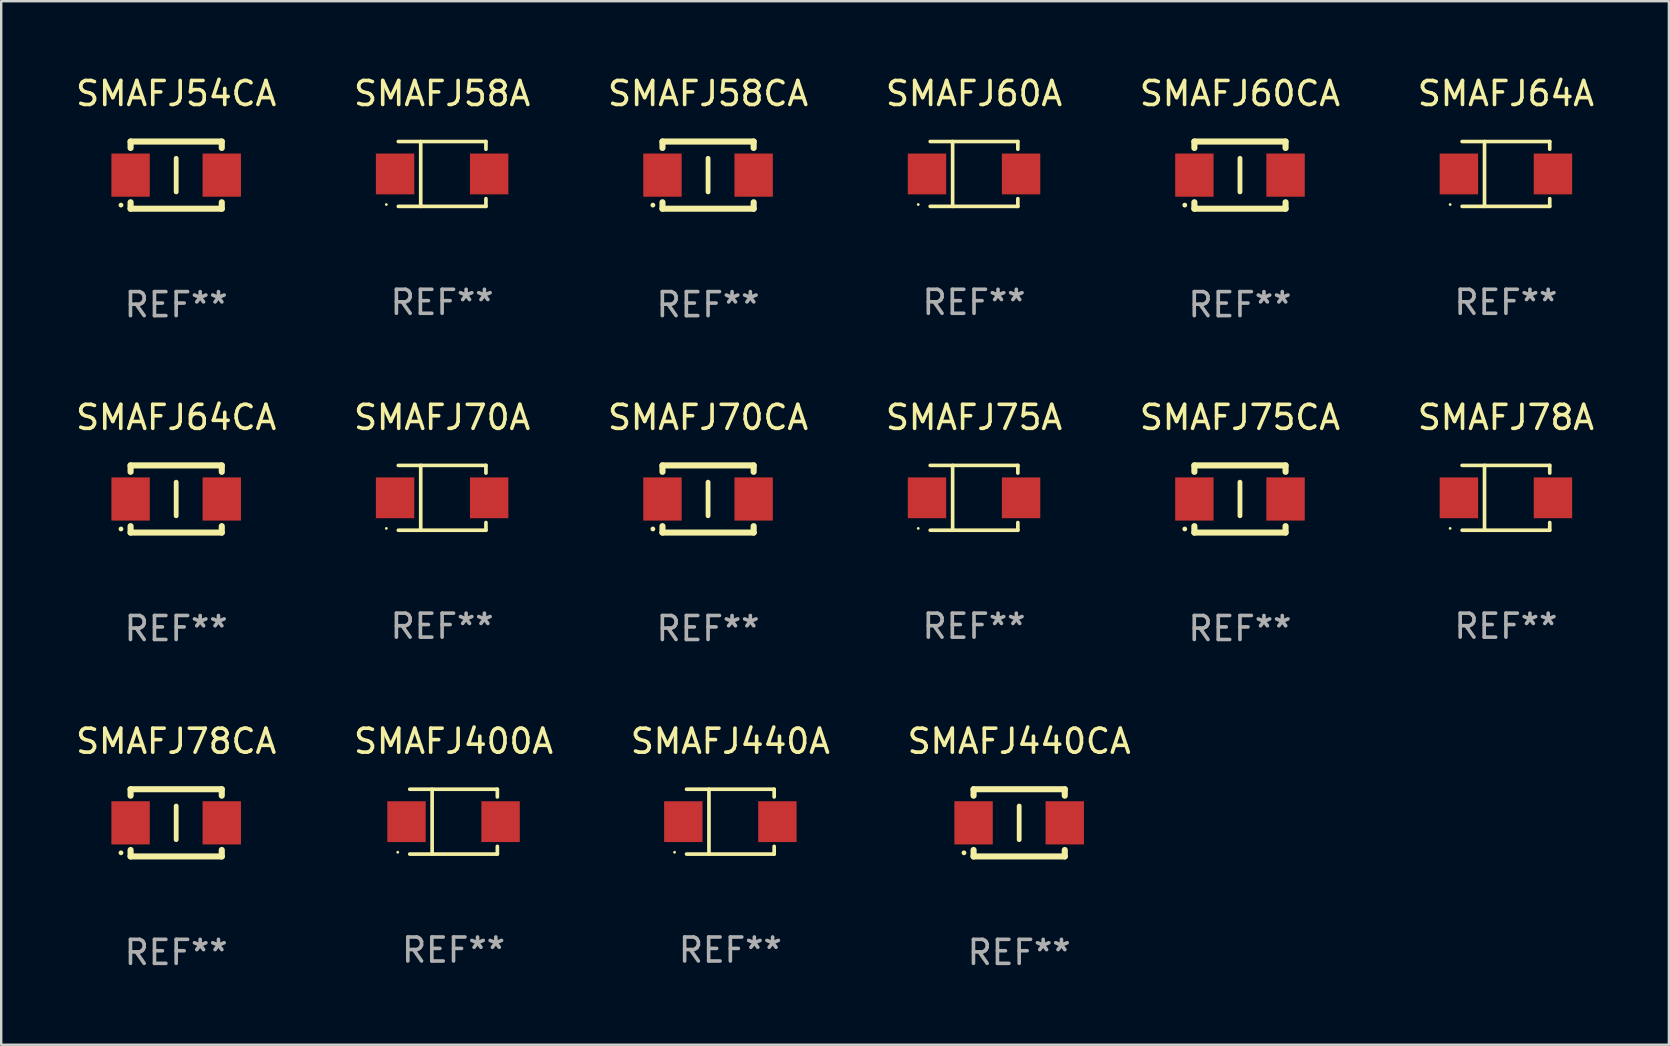
<source format=kicad_pcb>
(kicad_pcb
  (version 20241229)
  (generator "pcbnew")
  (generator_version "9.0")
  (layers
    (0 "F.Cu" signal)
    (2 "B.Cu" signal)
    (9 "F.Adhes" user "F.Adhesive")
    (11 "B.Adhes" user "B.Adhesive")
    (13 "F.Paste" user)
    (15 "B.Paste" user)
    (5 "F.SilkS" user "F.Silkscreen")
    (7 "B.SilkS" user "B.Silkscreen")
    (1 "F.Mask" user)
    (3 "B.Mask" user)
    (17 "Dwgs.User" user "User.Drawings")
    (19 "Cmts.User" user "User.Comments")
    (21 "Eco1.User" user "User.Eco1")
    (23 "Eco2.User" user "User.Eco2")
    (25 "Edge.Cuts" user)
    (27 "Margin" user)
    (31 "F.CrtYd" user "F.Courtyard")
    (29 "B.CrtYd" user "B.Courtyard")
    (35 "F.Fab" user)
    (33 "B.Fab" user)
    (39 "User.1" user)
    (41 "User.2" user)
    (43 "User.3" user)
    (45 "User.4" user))
  (footprint "SMAFJ60A"
    (layer "F.Cu")
    (at 37.542 4.199)
    (property "Reference" "SMAFJ60A" (at 0 -3.351 0) (layer "F.SilkS") (effects (font (size 1 1) (thickness 0.15))))
    (attr through_hole)
    (fp_line (start -1.826 -1.351) (end 1.826 -1.351) (stroke (width 0.152) (type solid)) (layer "F.SilkS"))
    (fp_line (start -1.826 1.351) (end 1.826 1.351) (stroke (width 0.152) (type solid)) (layer "F.SilkS"))
    (fp_line (start -0.892 -1.351) (end -0.892 1.351) (stroke (width 0.152) (type solid)) (layer "F.SilkS"))
    (fp_line (start 1.826 -1.351) (end 1.826 -1.03) (stroke (width 0.152) (type solid)) (layer "F.SilkS"))
    (fp_line (start 1.826 1.03) (end 1.826 1.351) (stroke (width 0.152) (type solid)) (layer "F.SilkS"))
    (fp_circle (center -2.325 1.275) (end -2.295 1.275) (stroke (width 0.06) (type solid)) (fill no) (layer "F.SilkS"))
    (fp_text user "REF**" (at 0 5.351 0) (layer "F.Fab") (effects (font (size 1 1) (thickness 0.15))))
    (pad "1" smd rect (at -1.96 0 180) (size 1.6 1.7) (layers "F.Cu" "F.Mask" "F.Paste"))
    (pad "2" smd rect (at 1.96 0 180) (size 1.6 1.7) (layers "F.Cu" "F.Mask" "F.Paste")))
  (footprint "SMAFJ70CA"
    (layer "F.Cu")
    (at 26.458 17.745)
    (property "Reference" "SMAFJ70CA" (at 0 -3.4 0) (layer "F.SilkS") (effects (font (size 1 1) (thickness 0.15))))
    (attr through_hole)
    (fp_line (start -1.9 -1.4) (end -1.9 -1.131) (stroke (width 0.254) (type solid)) (layer "F.SilkS"))
    (fp_line (start -1.9 -1.4) (end 1.9 -1.4) (stroke (width 0.254) (type solid)) (layer "F.SilkS"))
    (fp_line (start -1.9 1.131) (end -1.9 1.4) (stroke (width 0.254) (type solid)) (layer "F.SilkS"))
    (fp_line (start -1.9 1.4) (end 1.9 1.4) (stroke (width 0.254) (type solid)) (layer "F.SilkS"))
    (fp_line (start 0 -0.7) (end 0 0.7) (stroke (width 0.2) (type solid)) (layer "F.SilkS"))
    (fp_line (start 1.9 -1.4) (end 1.9 -1.131) (stroke (width 0.254) (type solid)) (layer "F.SilkS"))
    (fp_line (start 1.9 1.131) (end 1.9 1.4) (stroke (width 0.254) (type solid)) (layer "F.SilkS"))
    (fp_circle (center -2.3 1.25) (end -2.25 1.25) (stroke (width 0.1) (type solid)) (fill no) (layer "F.SilkS"))
    (fp_text user "REF**" (at 0 5.4 0) (layer "F.Fab") (effects (font (size 1 1) (thickness 0.15))))
    (pad "1" smd rect (at -1.9 0 180) (size 1.6 1.8) (layers "F.Cu" "F.Mask" "F.Paste"))
    (pad "2" smd rect (at 1.9 0 180) (size 1.6 1.8) (layers "F.Cu" "F.Mask" "F.Paste")))
  (footprint "SMAFJ64CA"
    (layer "F.Cu")
    (at 4.292 17.745)
    (property "Reference" "SMAFJ64CA" (at 0 -3.4 0) (layer "F.SilkS") (effects (font (size 1 1) (thickness 0.15))))
    (attr through_hole)
    (fp_line (start -1.9 -1.4) (end -1.9 -1.131) (stroke (width 0.254) (type solid)) (layer "F.SilkS"))
    (fp_line (start -1.9 -1.4) (end 1.9 -1.4) (stroke (width 0.254) (type solid)) (layer "F.SilkS"))
    (fp_line (start -1.9 1.131) (end -1.9 1.4) (stroke (width 0.254) (type solid)) (layer "F.SilkS"))
    (fp_line (start -1.9 1.4) (end 1.9 1.4) (stroke (width 0.254) (type solid)) (layer "F.SilkS"))
    (fp_line (start 0 -0.7) (end 0 0.7) (stroke (width 0.2) (type solid)) (layer "F.SilkS"))
    (fp_line (start 1.9 -1.4) (end 1.9 -1.131) (stroke (width 0.254) (type solid)) (layer "F.SilkS"))
    (fp_line (start 1.9 1.131) (end 1.9 1.4) (stroke (width 0.254) (type solid)) (layer "F.SilkS"))
    (fp_circle (center -2.3 1.25) (end -2.25 1.25) (stroke (width 0.1) (type solid)) (fill no) (layer "F.SilkS"))
    (fp_text user "REF**" (at 0 5.4 0) (layer "F.Fab") (effects (font (size 1 1) (thickness 0.15))))
    (pad "1" smd rect (at -1.9 0 180) (size 1.6 1.8) (layers "F.Cu" "F.Mask" "F.Paste"))
    (pad "2" smd rect (at 1.9 0 180) (size 1.6 1.8) (layers "F.Cu" "F.Mask" "F.Paste")))
  (footprint "SMAFJ440A"
    (layer "F.Cu")
    (at 27.387 31.192)
    (property "Reference" "SMAFJ440A" (at 0 -3.351 0) (layer "F.SilkS") (effects (font (size 1 1) (thickness 0.15))))
    (attr through_hole)
    (fp_line (start -1.826 -1.351) (end 1.826 -1.351) (stroke (width 0.152) (type solid)) (layer "F.SilkS"))
    (fp_line (start -1.826 1.351) (end 1.826 1.351) (stroke (width 0.152) (type solid)) (layer "F.SilkS"))
    (fp_line (start -0.892 -1.351) (end -0.892 1.351) (stroke (width 0.152) (type solid)) (layer "F.SilkS"))
    (fp_line (start 1.826 -1.351) (end 1.826 -1.03) (stroke (width 0.152) (type solid)) (layer "F.SilkS"))
    (fp_line (start 1.826 1.03) (end 1.826 1.351) (stroke (width 0.152) (type solid)) (layer "F.SilkS"))
    (fp_circle (center -2.325 1.275) (end -2.295 1.275) (stroke (width 0.06) (type solid)) (fill no) (layer "F.SilkS"))
    (fp_text user "REF**" (at 0 5.351 0) (layer "F.Fab") (effects (font (size 1 1) (thickness 0.15))))
    (pad "1" smd rect (at -1.96 0 180) (size 1.6 1.7) (layers "F.Cu" "F.Mask" "F.Paste"))
    (pad "2" smd rect (at 1.96 0 180) (size 1.6 1.7) (layers "F.Cu" "F.Mask" "F.Paste")))
  (footprint "SMAFJ400A"
    (layer "F.Cu")
    (at 15.851 31.192)
    (property "Reference" "SMAFJ400A" (at 0 -3.351 0) (layer "F.SilkS") (effects (font (size 1 1) (thickness 0.15))))
    (attr through_hole)
    (fp_line (start -1.826 -1.351) (end 1.826 -1.351) (stroke (width 0.152) (type solid)) (layer "F.SilkS"))
    (fp_line (start -1.826 1.351) (end 1.826 1.351) (stroke (width 0.152) (type solid)) (layer "F.SilkS"))
    (fp_line (start -0.892 -1.351) (end -0.892 1.351) (stroke (width 0.152) (type solid)) (layer "F.SilkS"))
    (fp_line (start 1.826 -1.351) (end 1.826 -1.03) (stroke (width 0.152) (type solid)) (layer "F.SilkS"))
    (fp_line (start 1.826 1.03) (end 1.826 1.351) (stroke (width 0.152) (type solid)) (layer "F.SilkS"))
    (fp_circle (center -2.325 1.275) (end -2.295 1.275) (stroke (width 0.06) (type solid)) (fill no) (layer "F.SilkS"))
    (fp_text user "REF**" (at 0 5.351 0) (layer "F.Fab") (effects (font (size 1 1) (thickness 0.15))))
    (pad "1" smd rect (at -1.96 0 180) (size 1.6 1.7) (layers "F.Cu" "F.Mask" "F.Paste"))
    (pad "2" smd rect (at 1.96 0 180) (size 1.6 1.7) (layers "F.Cu" "F.Mask" "F.Paste")))
  (footprint "SMAFJ58CA"
    (layer "F.Cu")
    (at 26.458 4.248)
    (property "Reference" "SMAFJ58CA" (at 0 -3.4 0) (layer "F.SilkS") (effects (font (size 1 1) (thickness 0.15))))
    (attr through_hole)
    (fp_line (start -1.9 -1.4) (end -1.9 -1.131) (stroke (width 0.254) (type solid)) (layer "F.SilkS"))
    (fp_line (start -1.9 -1.4) (end 1.9 -1.4) (stroke (width 0.254) (type solid)) (layer "F.SilkS"))
    (fp_line (start -1.9 1.131) (end -1.9 1.4) (stroke (width 0.254) (type solid)) (layer "F.SilkS"))
    (fp_line (start -1.9 1.4) (end 1.9 1.4) (stroke (width 0.254) (type solid)) (layer "F.SilkS"))
    (fp_line (start 0 -0.7) (end 0 0.7) (stroke (width 0.2) (type solid)) (layer "F.SilkS"))
    (fp_line (start 1.9 -1.4) (end 1.9 -1.131) (stroke (width 0.254) (type solid)) (layer "F.SilkS"))
    (fp_line (start 1.9 1.131) (end 1.9 1.4) (stroke (width 0.254) (type solid)) (layer "F.SilkS"))
    (fp_circle (center -2.3 1.25) (end -2.25 1.25) (stroke (width 0.1) (type solid)) (fill no) (layer "F.SilkS"))
    (fp_text user "REF**" (at 0 5.4 0) (layer "F.Fab") (effects (font (size 1 1) (thickness 0.15))))
    (pad "1" smd rect (at -1.9 0 180) (size 1.6 1.8) (layers "F.Cu" "F.Mask" "F.Paste"))
    (pad "2" smd rect (at 1.9 0 180) (size 1.6 1.8) (layers "F.Cu" "F.Mask" "F.Paste")))
  (footprint "SMAFJ75A"
    (layer "F.Cu")
    (at 37.542 17.696)
    (property "Reference" "SMAFJ75A" (at 0 -3.351 0) (layer "F.SilkS") (effects (font (size 1 1) (thickness 0.15))))
    (attr through_hole)
    (fp_line (start -1.826 -1.351) (end 1.826 -1.351) (stroke (width 0.152) (type solid)) (layer "F.SilkS"))
    (fp_line (start -1.826 1.351) (end 1.826 1.351) (stroke (width 0.152) (type solid)) (layer "F.SilkS"))
    (fp_line (start -0.892 -1.351) (end -0.892 1.351) (stroke (width 0.152) (type solid)) (layer "F.SilkS"))
    (fp_line (start 1.826 -1.351) (end 1.826 -1.03) (stroke (width 0.152) (type solid)) (layer "F.SilkS"))
    (fp_line (start 1.826 1.03) (end 1.826 1.351) (stroke (width 0.152) (type solid)) (layer "F.SilkS"))
    (fp_circle (center -2.325 1.275) (end -2.295 1.275) (stroke (width 0.06) (type solid)) (fill no) (layer "F.SilkS"))
    (fp_text user "REF**" (at 0 5.351 0) (layer "F.Fab") (effects (font (size 1 1) (thickness 0.15))))
    (pad "1" smd rect (at -1.96 0 180) (size 1.6 1.7) (layers "F.Cu" "F.Mask" "F.Paste"))
    (pad "2" smd rect (at 1.96 0 180) (size 1.6 1.7) (layers "F.Cu" "F.Mask" "F.Paste")))
  (footprint "SMAFJ78CA"
    (layer "F.Cu")
    (at 4.292 31.241)
    (property "Reference" "SMAFJ78CA" (at 0 -3.4 0) (layer "F.SilkS") (effects (font (size 1 1) (thickness 0.15))))
    (attr through_hole)
    (fp_line (start -1.9 -1.4) (end -1.9 -1.131) (stroke (width 0.254) (type solid)) (layer "F.SilkS"))
    (fp_line (start -1.9 -1.4) (end 1.9 -1.4) (stroke (width 0.254) (type solid)) (layer "F.SilkS"))
    (fp_line (start -1.9 1.131) (end -1.9 1.4) (stroke (width 0.254) (type solid)) (layer "F.SilkS"))
    (fp_line (start -1.9 1.4) (end 1.9 1.4) (stroke (width 0.254) (type solid)) (layer "F.SilkS"))
    (fp_line (start 0 -0.7) (end 0 0.7) (stroke (width 0.2) (type solid)) (layer "F.SilkS"))
    (fp_line (start 1.9 -1.4) (end 1.9 -1.131) (stroke (width 0.254) (type solid)) (layer "F.SilkS"))
    (fp_line (start 1.9 1.131) (end 1.9 1.4) (stroke (width 0.254) (type solid)) (layer "F.SilkS"))
    (fp_circle (center -2.3 1.25) (end -2.25 1.25) (stroke (width 0.1) (type solid)) (fill no) (layer "F.SilkS"))
    (fp_text user "REF**" (at 0 5.4 0) (layer "F.Fab") (effects (font (size 1 1) (thickness 0.15))))
    (pad "1" smd rect (at -1.9 0 180) (size 1.6 1.8) (layers "F.Cu" "F.Mask" "F.Paste"))
    (pad "2" smd rect (at 1.9 0 180) (size 1.6 1.8) (layers "F.Cu" "F.Mask" "F.Paste")))
  (footprint "SMAFJ70A"
    (layer "F.Cu")
    (at 15.375 17.696)
    (property "Reference" "SMAFJ70A" (at 0 -3.351 0) (layer "F.SilkS") (effects (font (size 1 1) (thickness 0.15))))
    (attr through_hole)
    (fp_line (start -1.826 -1.351) (end 1.826 -1.351) (stroke (width 0.152) (type solid)) (layer "F.SilkS"))
    (fp_line (start -1.826 1.351) (end 1.826 1.351) (stroke (width 0.152) (type solid)) (layer "F.SilkS"))
    (fp_line (start -0.892 -1.351) (end -0.892 1.351) (stroke (width 0.152) (type solid)) (layer "F.SilkS"))
    (fp_line (start 1.826 -1.351) (end 1.826 -1.03) (stroke (width 0.152) (type solid)) (layer "F.SilkS"))
    (fp_line (start 1.826 1.03) (end 1.826 1.351) (stroke (width 0.152) (type solid)) (layer "F.SilkS"))
    (fp_circle (center -2.325 1.275) (end -2.295 1.275) (stroke (width 0.06) (type solid)) (fill no) (layer "F.SilkS"))
    (fp_text user "REF**" (at 0 5.351 0) (layer "F.Fab") (effects (font (size 1 1) (thickness 0.15))))
    (pad "1" smd rect (at -1.96 0 180) (size 1.6 1.7) (layers "F.Cu" "F.Mask" "F.Paste"))
    (pad "2" smd rect (at 1.96 0 180) (size 1.6 1.7) (layers "F.Cu" "F.Mask" "F.Paste")))
  (footprint "SMAFJ60CA"
    (layer "F.Cu")
    (at 48.625 4.248)
    (property "Reference" "SMAFJ60CA" (at 0 -3.4 0) (layer "F.SilkS") (effects (font (size 1 1) (thickness 0.15))))
    (attr through_hole)
    (fp_line (start -1.9 -1.4) (end -1.9 -1.131) (stroke (width 0.254) (type solid)) (layer "F.SilkS"))
    (fp_line (start -1.9 -1.4) (end 1.9 -1.4) (stroke (width 0.254) (type solid)) (layer "F.SilkS"))
    (fp_line (start -1.9 1.131) (end -1.9 1.4) (stroke (width 0.254) (type solid)) (layer "F.SilkS"))
    (fp_line (start -1.9 1.4) (end 1.9 1.4) (stroke (width 0.254) (type solid)) (layer "F.SilkS"))
    (fp_line (start 0 -0.7) (end 0 0.7) (stroke (width 0.2) (type solid)) (layer "F.SilkS"))
    (fp_line (start 1.9 -1.4) (end 1.9 -1.131) (stroke (width 0.254) (type solid)) (layer "F.SilkS"))
    (fp_line (start 1.9 1.131) (end 1.9 1.4) (stroke (width 0.254) (type solid)) (layer "F.SilkS"))
    (fp_circle (center -2.3 1.25) (end -2.25 1.25) (stroke (width 0.1) (type solid)) (fill no) (layer "F.SilkS"))
    (fp_text user "REF**" (at 0 5.4 0) (layer "F.Fab") (effects (font (size 1 1) (thickness 0.15))))
    (pad "1" smd rect (at -1.9 0 180) (size 1.6 1.8) (layers "F.Cu" "F.Mask" "F.Paste"))
    (pad "2" smd rect (at 1.9 0 180) (size 1.6 1.8) (layers "F.Cu" "F.Mask" "F.Paste")))
  (footprint "SMAFJ440CA"
    (layer "F.Cu")
    (at 39.423 31.241)
    (property "Reference" "SMAFJ440CA" (at 0 -3.4 0) (layer "F.SilkS") (effects (font (size 1 1) (thickness 0.15))))
    (attr through_hole)
    (fp_line (start -1.9 -1.4) (end -1.9 -1.131) (stroke (width 0.254) (type solid)) (layer "F.SilkS"))
    (fp_line (start -1.9 -1.4) (end 1.9 -1.4) (stroke (width 0.254) (type solid)) (layer "F.SilkS"))
    (fp_line (start -1.9 1.131) (end -1.9 1.4) (stroke (width 0.254) (type solid)) (layer "F.SilkS"))
    (fp_line (start -1.9 1.4) (end 1.9 1.4) (stroke (width 0.254) (type solid)) (layer "F.SilkS"))
    (fp_line (start 0 -0.7) (end 0 0.7) (stroke (width 0.2) (type solid)) (layer "F.SilkS"))
    (fp_line (start 1.9 -1.4) (end 1.9 -1.131) (stroke (width 0.254) (type solid)) (layer "F.SilkS"))
    (fp_line (start 1.9 1.131) (end 1.9 1.4) (stroke (width 0.254) (type solid)) (layer "F.SilkS"))
    (fp_circle (center -2.3 1.25) (end -2.25 1.25) (stroke (width 0.1) (type solid)) (fill no) (layer "F.SilkS"))
    (fp_text user "REF**" (at 0 5.4 0) (layer "F.Fab") (effects (font (size 1 1) (thickness 0.15))))
    (pad "1" smd rect (at -1.9 0 180) (size 1.6 1.8) (layers "F.Cu" "F.Mask" "F.Paste"))
    (pad "2" smd rect (at 1.9 0 180) (size 1.6 1.8) (layers "F.Cu" "F.Mask" "F.Paste")))
  (footprint "SMAFJ75CA"
    (layer "F.Cu")
    (at 48.625 17.745)
    (property "Reference" "SMAFJ75CA" (at 0 -3.4 0) (layer "F.SilkS") (effects (font (size 1 1) (thickness 0.15))))
    (attr through_hole)
    (fp_line (start -1.9 -1.4) (end -1.9 -1.131) (stroke (width 0.254) (type solid)) (layer "F.SilkS"))
    (fp_line (start -1.9 -1.4) (end 1.9 -1.4) (stroke (width 0.254) (type solid)) (layer "F.SilkS"))
    (fp_line (start -1.9 1.131) (end -1.9 1.4) (stroke (width 0.254) (type solid)) (layer "F.SilkS"))
    (fp_line (start -1.9 1.4) (end 1.9 1.4) (stroke (width 0.254) (type solid)) (layer "F.SilkS"))
    (fp_line (start 0 -0.7) (end 0 0.7) (stroke (width 0.2) (type solid)) (layer "F.SilkS"))
    (fp_line (start 1.9 -1.4) (end 1.9 -1.131) (stroke (width 0.254) (type solid)) (layer "F.SilkS"))
    (fp_line (start 1.9 1.131) (end 1.9 1.4) (stroke (width 0.254) (type solid)) (layer "F.SilkS"))
    (fp_circle (center -2.3 1.25) (end -2.25 1.25) (stroke (width 0.1) (type solid)) (fill no) (layer "F.SilkS"))
    (fp_text user "REF**" (at 0 5.4 0) (layer "F.Fab") (effects (font (size 1 1) (thickness 0.15))))
    (pad "1" smd rect (at -1.9 0 180) (size 1.6 1.8) (layers "F.Cu" "F.Mask" "F.Paste"))
    (pad "2" smd rect (at 1.9 0 180) (size 1.6 1.8) (layers "F.Cu" "F.Mask" "F.Paste")))
  (footprint "SMAFJ58A"
    (layer "F.Cu")
    (at 15.375 4.199)
    (property "Reference" "SMAFJ58A" (at 0 -3.351 0) (layer "F.SilkS") (effects (font (size 1 1) (thickness 0.15))))
    (attr through_hole)
    (fp_line (start -1.826 -1.351) (end 1.826 -1.351) (stroke (width 0.152) (type solid)) (layer "F.SilkS"))
    (fp_line (start -1.826 1.351) (end 1.826 1.351) (stroke (width 0.152) (type solid)) (layer "F.SilkS"))
    (fp_line (start -0.892 -1.351) (end -0.892 1.351) (stroke (width 0.152) (type solid)) (layer "F.SilkS"))
    (fp_line (start 1.826 -1.351) (end 1.826 -1.03) (stroke (width 0.152) (type solid)) (layer "F.SilkS"))
    (fp_line (start 1.826 1.03) (end 1.826 1.351) (stroke (width 0.152) (type solid)) (layer "F.SilkS"))
    (fp_circle (center -2.325 1.275) (end -2.295 1.275) (stroke (width 0.06) (type solid)) (fill no) (layer "F.SilkS"))
    (fp_text user "REF**" (at 0 5.351 0) (layer "F.Fab") (effects (font (size 1 1) (thickness 0.15))))
    (pad "1" smd rect (at -1.96 0 180) (size 1.6 1.7) (layers "F.Cu" "F.Mask" "F.Paste"))
    (pad "2" smd rect (at 1.96 0 180) (size 1.6 1.7) (layers "F.Cu" "F.Mask" "F.Paste")))
  (footprint "SMAFJ78A"
    (layer "F.Cu")
    (at 59.708 17.696)
    (property "Reference" "SMAFJ78A" (at 0 -3.351 0) (layer "F.SilkS") (effects (font (size 1 1) (thickness 0.15))))
    (attr through_hole)
    (fp_line (start -1.826 -1.351) (end 1.826 -1.351) (stroke (width 0.152) (type solid)) (layer "F.SilkS"))
    (fp_line (start -1.826 1.351) (end 1.826 1.351) (stroke (width 0.152) (type solid)) (layer "F.SilkS"))
    (fp_line (start -0.892 -1.351) (end -0.892 1.351) (stroke (width 0.152) (type solid)) (layer "F.SilkS"))
    (fp_line (start 1.826 -1.351) (end 1.826 -1.03) (stroke (width 0.152) (type solid)) (layer "F.SilkS"))
    (fp_line (start 1.826 1.03) (end 1.826 1.351) (stroke (width 0.152) (type solid)) (layer "F.SilkS"))
    (fp_circle (center -2.325 1.275) (end -2.295 1.275) (stroke (width 0.06) (type solid)) (fill no) (layer "F.SilkS"))
    (fp_text user "REF**" (at 0 5.351 0) (layer "F.Fab") (effects (font (size 1 1) (thickness 0.15))))
    (pad "1" smd rect (at -1.96 0 180) (size 1.6 1.7) (layers "F.Cu" "F.Mask" "F.Paste"))
    (pad "2" smd rect (at 1.96 0 180) (size 1.6 1.7) (layers "F.Cu" "F.Mask" "F.Paste")))
  (footprint "SMAFJ64A"
    (layer "F.Cu")
    (at 59.708 4.199)
    (property "Reference" "SMAFJ64A" (at 0 -3.351 0) (layer "F.SilkS") (effects (font (size 1 1) (thickness 0.15))))
    (attr through_hole)
    (fp_line (start -1.826 -1.351) (end 1.826 -1.351) (stroke (width 0.152) (type solid)) (layer "F.SilkS"))
    (fp_line (start -1.826 1.351) (end 1.826 1.351) (stroke (width 0.152) (type solid)) (layer "F.SilkS"))
    (fp_line (start -0.892 -1.351) (end -0.892 1.351) (stroke (width 0.152) (type solid)) (layer "F.SilkS"))
    (fp_line (start 1.826 -1.351) (end 1.826 -1.03) (stroke (width 0.152) (type solid)) (layer "F.SilkS"))
    (fp_line (start 1.826 1.03) (end 1.826 1.351) (stroke (width 0.152) (type solid)) (layer "F.SilkS"))
    (fp_circle (center -2.325 1.275) (end -2.295 1.275) (stroke (width 0.06) (type solid)) (fill no) (layer "F.SilkS"))
    (fp_text user "REF**" (at 0 5.351 0) (layer "F.Fab") (effects (font (size 1 1) (thickness 0.15))))
    (pad "1" smd rect (at -1.96 0 180) (size 1.6 1.7) (layers "F.Cu" "F.Mask" "F.Paste"))
    (pad "2" smd rect (at 1.96 0 180) (size 1.6 1.7) (layers "F.Cu" "F.Mask" "F.Paste")))
  (footprint "SMAFJ54CA"
    (layer "F.Cu")
    (at 4.292 4.248)
    (property "Reference" "SMAFJ54CA" (at 0 -3.4 0) (layer "F.SilkS") (effects (font (size 1 1) (thickness 0.15))))
    (attr through_hole)
    (fp_line (start -1.9 -1.4) (end -1.9 -1.131) (stroke (width 0.254) (type solid)) (layer "F.SilkS"))
    (fp_line (start -1.9 -1.4) (end 1.9 -1.4) (stroke (width 0.254) (type solid)) (layer "F.SilkS"))
    (fp_line (start -1.9 1.131) (end -1.9 1.4) (stroke (width 0.254) (type solid)) (layer "F.SilkS"))
    (fp_line (start -1.9 1.4) (end 1.9 1.4) (stroke (width 0.254) (type solid)) (layer "F.SilkS"))
    (fp_line (start 0 -0.7) (end 0 0.7) (stroke (width 0.2) (type solid)) (layer "F.SilkS"))
    (fp_line (start 1.9 -1.4) (end 1.9 -1.131) (stroke (width 0.254) (type solid)) (layer "F.SilkS"))
    (fp_line (start 1.9 1.131) (end 1.9 1.4) (stroke (width 0.254) (type solid)) (layer "F.SilkS"))
    (fp_circle (center -2.3 1.25) (end -2.25 1.25) (stroke (width 0.1) (type solid)) (fill no) (layer "F.SilkS"))
    (fp_text user "REF**" (at 0 5.4 0) (layer "F.Fab") (effects (font (size 1 1) (thickness 0.15))))
    (pad "1" smd rect (at -1.9 0 180) (size 1.6 1.8) (layers "F.Cu" "F.Mask" "F.Paste"))
    (pad "2" smd rect (at 1.9 0 180) (size 1.6 1.8) (layers "F.Cu" "F.Mask" "F.Paste")))
  (gr_rect
    (start -3 -3)
    (end 66.5 40.489)
    (stroke (width 0.1) (type default))
    (fill no)
    (layer "Edge.Cuts")))
</source>
